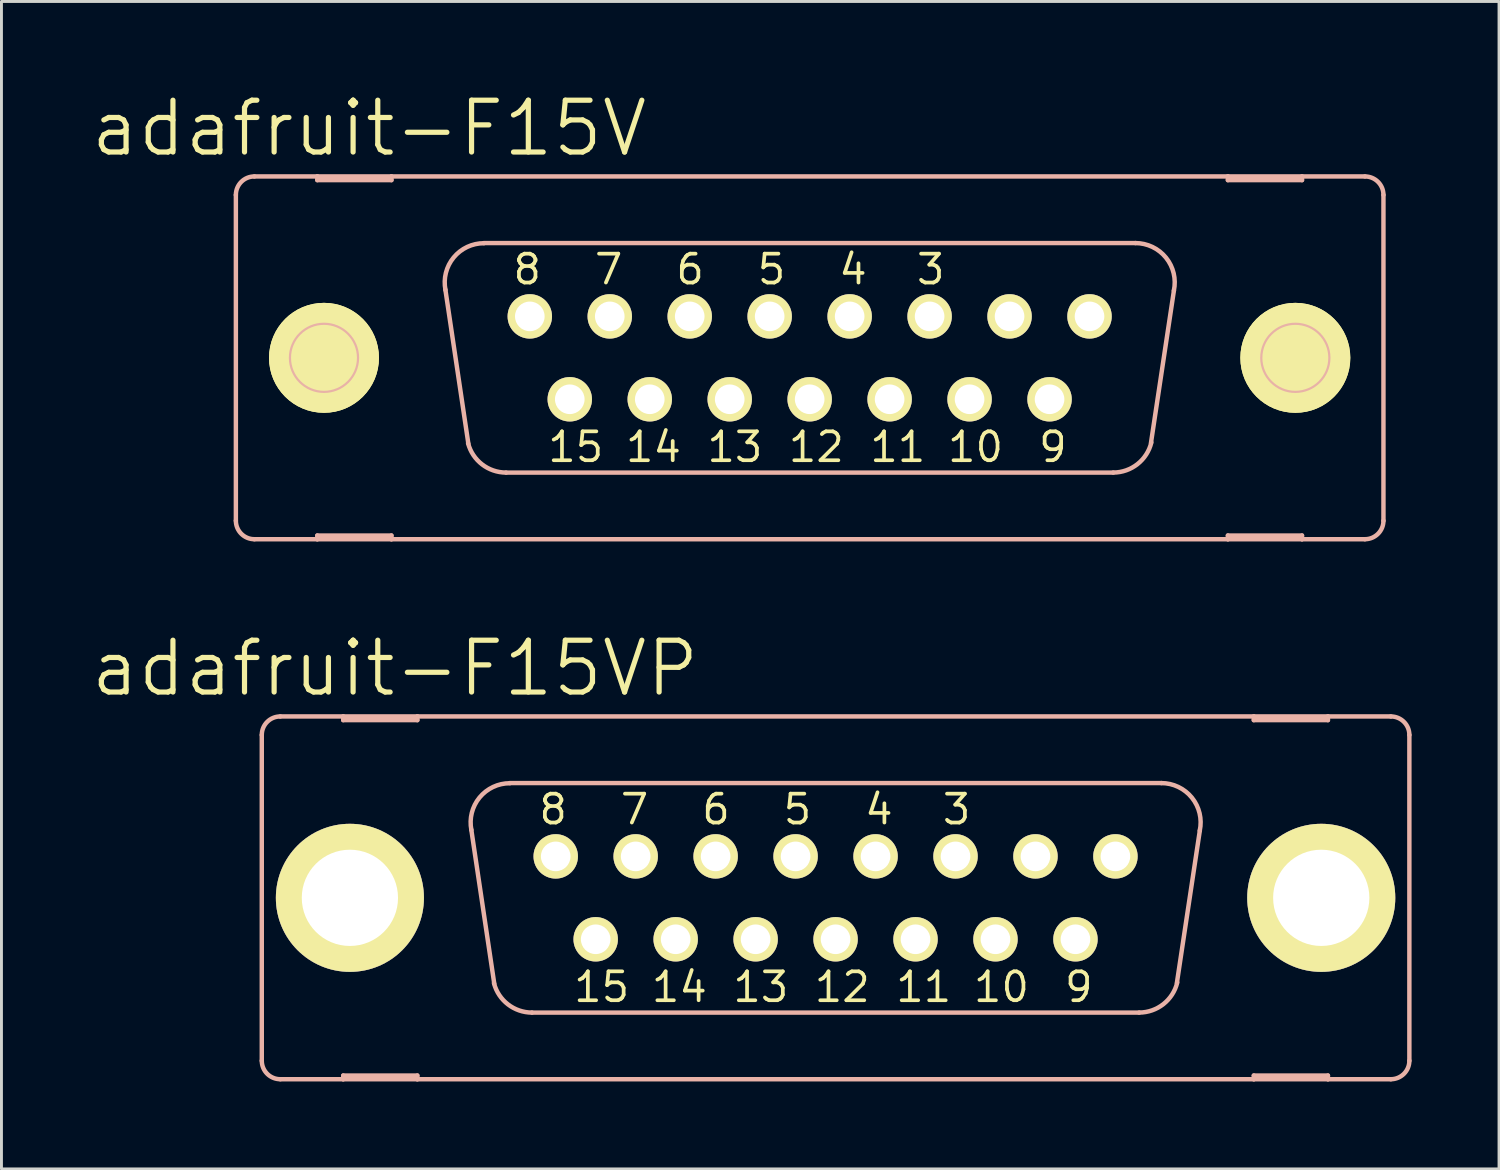
<source format=kicad_pcb>
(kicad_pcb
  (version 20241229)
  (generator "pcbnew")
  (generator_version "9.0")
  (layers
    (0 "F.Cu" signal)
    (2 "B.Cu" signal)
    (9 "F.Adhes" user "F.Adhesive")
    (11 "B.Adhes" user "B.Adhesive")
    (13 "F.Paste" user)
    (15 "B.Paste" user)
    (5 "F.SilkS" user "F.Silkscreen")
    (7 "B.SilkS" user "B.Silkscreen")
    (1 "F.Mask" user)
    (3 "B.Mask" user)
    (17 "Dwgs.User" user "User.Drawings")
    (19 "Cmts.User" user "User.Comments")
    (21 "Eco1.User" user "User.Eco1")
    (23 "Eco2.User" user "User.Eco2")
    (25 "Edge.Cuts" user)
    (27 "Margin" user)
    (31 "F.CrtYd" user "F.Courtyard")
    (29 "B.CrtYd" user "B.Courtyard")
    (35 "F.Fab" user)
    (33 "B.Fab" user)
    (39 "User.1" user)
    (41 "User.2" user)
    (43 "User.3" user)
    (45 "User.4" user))
  (footprint "adafruit-F15V"
    (layer "F.Cu")
    (at 24.727 9.226)
    (property "Reference" "adafruit-F15V" (at -15.113 -7.874 0) (layer "F.SilkS") (effects (font (size 1.778 1.778) (thickness 0.178))))
    (attr exclude_from_pos_files exclude_from_bom)
    (fp_line (start -18.313 0) (end -15.011 0) (stroke (width 0.127) (type solid)) (layer "F.SilkS"))
    (fp_line (start -16.662 1.651) (end -16.662 -1.651) (stroke (width 0.127) (type solid)) (layer "F.SilkS"))
    (fp_line (start 15.011 0) (end 18.313 0) (stroke (width 0.127) (type solid)) (layer "F.SilkS"))
    (fp_line (start 16.662 1.651) (end 16.662 -1.651) (stroke (width 0.127) (type solid)) (layer "F.SilkS"))
    (fp_circle (center -16.662 0) (end -17.996 1.333) (stroke (width 0) (type solid)) (fill yes) (layer "F.SilkS"))
    (fp_circle (center -16.662 0) (end -17.996 1.333) (stroke (width 0) (type solid)) (fill yes) (layer "F.SilkS"))
    (fp_circle (center -16.662 0) (end -17.488 0.826) (stroke (width 0.127) (type solid)) (fill no) (layer "F.SilkS"))
    (fp_circle (center -9.601 -1.422) (end -9.982 -1.803) (stroke (width 0.127) (type solid)) (fill no) (layer "F.SilkS"))
    (fp_circle (center -8.23 1.422) (end -8.611 1.803) (stroke (width 0.127) (type solid)) (fill no) (layer "F.SilkS"))
    (fp_circle (center -6.858 -1.422) (end -7.239 -1.803) (stroke (width 0.127) (type solid)) (fill no) (layer "F.SilkS"))
    (fp_circle (center -5.486 1.422) (end -5.867 1.803) (stroke (width 0.127) (type solid)) (fill no) (layer "F.SilkS"))
    (fp_circle (center -4.115 -1.422) (end -4.496 -1.803) (stroke (width 0.127) (type solid)) (fill no) (layer "F.SilkS"))
    (fp_circle (center -2.743 1.422) (end -3.124 1.803) (stroke (width 0.127) (type solid)) (fill no) (layer "F.SilkS"))
    (fp_circle (center -1.372 -1.422) (end -1.753 -1.803) (stroke (width 0.127) (type solid)) (fill no) (layer "F.SilkS"))
    (fp_circle (center 0 1.422) (end -0.381 1.803) (stroke (width 0.127) (type solid)) (fill no) (layer "F.SilkS"))
    (fp_circle (center 1.372 -1.422) (end 1.753 -1.803) (stroke (width 0.127) (type solid)) (fill no) (layer "F.SilkS"))
    (fp_circle (center 2.743 1.422) (end 3.124 1.803) (stroke (width 0.127) (type solid)) (fill no) (layer "F.SilkS"))
    (fp_circle (center 4.115 -1.422) (end 4.496 -1.803) (stroke (width 0.127) (type solid)) (fill no) (layer "F.SilkS"))
    (fp_circle (center 5.486 1.422) (end 5.867 1.803) (stroke (width 0.127) (type solid)) (fill no) (layer "F.SilkS"))
    (fp_circle (center 6.858 -1.422) (end 7.239 -1.803) (stroke (width 0.127) (type solid)) (fill no) (layer "F.SilkS"))
    (fp_circle (center 8.23 1.422) (end 8.611 1.803) (stroke (width 0.127) (type solid)) (fill no) (layer "F.SilkS"))
    (fp_circle (center 9.601 -1.422) (end 9.982 -1.803) (stroke (width 0.127) (type solid)) (fill no) (layer "F.SilkS"))
    (fp_circle (center 16.662 0) (end 17.488 0.826) (stroke (width 0.127) (type solid)) (fill no) (layer "F.SilkS"))
    (fp_circle (center 16.662 0) (end 17.996 1.333) (stroke (width 0) (type solid)) (fill yes) (layer "F.SilkS"))
    (fp_circle (center 16.662 0) (end 17.996 1.333) (stroke (width 0) (type solid)) (fill yes) (layer "F.SilkS"))
    (fp_line (start -19.685 -5.588) (end -19.685 5.588) (stroke (width 0.152) (type solid)) (layer "B.SilkS"))
    (fp_line (start -19.05 6.223) (end -16.891 6.223) (stroke (width 0.152) (type solid)) (layer "B.SilkS"))
    (fp_line (start -16.891 -6.223) (end -19.05 -6.223) (stroke (width 0.152) (type solid)) (layer "B.SilkS"))
    (fp_line (start -16.891 -6.223) (end -16.891 -6.096) (stroke (width 0.152) (type solid)) (layer "B.SilkS"))
    (fp_line (start -16.891 -6.096) (end -14.348 -6.096) (stroke (width 0.152) (type solid)) (layer "B.SilkS"))
    (fp_line (start -16.891 6.096) (end -14.348 6.096) (stroke (width 0.152) (type solid)) (layer "B.SilkS"))
    (fp_line (start -16.891 6.223) (end -16.891 6.096) (stroke (width 0.152) (type solid)) (layer "B.SilkS"))
    (fp_line (start -16.891 6.223) (end -14.348 6.223) (stroke (width 0.152) (type solid)) (layer "B.SilkS"))
    (fp_line (start -14.348 -6.223) (end -16.891 -6.223) (stroke (width 0.152) (type solid)) (layer "B.SilkS"))
    (fp_line (start -14.348 -6.096) (end -14.348 -6.223) (stroke (width 0.152) (type solid)) (layer "B.SilkS"))
    (fp_line (start -14.348 6.096) (end -14.348 6.223) (stroke (width 0.152) (type solid)) (layer "B.SilkS"))
    (fp_line (start -14.348 6.223) (end 14.348 6.223) (stroke (width 0.152) (type solid)) (layer "B.SilkS"))
    (fp_line (start -11.709 2.946) (end -12.497 -2.337) (stroke (width 0.152) (type solid)) (layer "B.SilkS"))
    (fp_line (start -11.176 -3.937) (end 11.176 -3.937) (stroke (width 0.152) (type solid)) (layer "B.SilkS"))
    (fp_line (start -10.414 3.937) (end 10.414 3.937) (stroke (width 0.152) (type solid)) (layer "B.SilkS"))
    (fp_line (start 12.497 -2.311) (end 11.709 2.921) (stroke (width 0.152) (type solid)) (layer "B.SilkS"))
    (fp_line (start 14.348 -6.223) (end -14.348 -6.223) (stroke (width 0.152) (type solid)) (layer "B.SilkS"))
    (fp_line (start 14.348 -6.223) (end 14.348 -6.096) (stroke (width 0.152) (type solid)) (layer "B.SilkS"))
    (fp_line (start 14.348 -6.096) (end 16.891 -6.096) (stroke (width 0.152) (type solid)) (layer "B.SilkS"))
    (fp_line (start 14.348 6.096) (end 16.891 6.096) (stroke (width 0.152) (type solid)) (layer "B.SilkS"))
    (fp_line (start 14.348 6.223) (end 14.348 6.096) (stroke (width 0.152) (type solid)) (layer "B.SilkS"))
    (fp_line (start 14.348 6.223) (end 16.891 6.223) (stroke (width 0.152) (type solid)) (layer "B.SilkS"))
    (fp_line (start 16.891 -6.223) (end 14.348 -6.223) (stroke (width 0.152) (type solid)) (layer "B.SilkS"))
    (fp_line (start 16.891 -6.096) (end 16.891 -6.223) (stroke (width 0.152) (type solid)) (layer "B.SilkS"))
    (fp_line (start 16.891 6.096) (end 16.891 6.223) (stroke (width 0.152) (type solid)) (layer "B.SilkS"))
    (fp_line (start 16.891 6.223) (end 19.05 6.223) (stroke (width 0.152) (type solid)) (layer "B.SilkS"))
    (fp_line (start 19.05 -6.223) (end 16.891 -6.223) (stroke (width 0.152) (type solid)) (layer "B.SilkS"))
    (fp_line (start 19.685 -5.588) (end 19.685 5.588) (stroke (width 0.152) (type solid)) (layer "B.SilkS"))
    (fp_arc (start -19.685 -5.588) (mid -19.499013 -6.037013) (end -19.05 -6.223) (stroke (width 0.1524) (type solid)) (layer "B.SilkS"))
    (fp_arc (start -19.05 6.223) (mid -19.499013 6.037013) (end -19.685 5.588) (stroke (width 0.1524) (type solid)) (layer "B.SilkS"))
    (fp_arc (start -12.49426 -2.32664) (mid -12.214158 -3.441772) (end -11.17424 -3.932229) (stroke (width 0.1524) (type solid)) (layer "B.SilkS"))
    (fp_arc (start -10.414 3.937) (mid -11.238791 3.655415) (end -11.719188 2.928236) (stroke (width 0.1524) (type solid)) (layer "B.SilkS"))
    (fp_arc (start 11.176 -3.937) (mid 12.225648 -3.435219) (end 12.49428 -2.303238) (stroke (width 0.1524) (type solid)) (layer "B.SilkS"))
    (fp_arc (start 11.7221 2.90322) (mid 11.246662 3.646284) (end 10.413518 3.936211) (stroke (width 0.1524) (type solid)) (layer "B.SilkS"))
    (fp_arc (start 19.05 -6.223) (mid 19.499013 -6.037013) (end 19.685 -5.588) (stroke (width 0.1524) (type solid)) (layer "B.SilkS"))
    (fp_arc (start 19.685 5.588) (mid 19.499013 6.037013) (end 19.05 6.223) (stroke (width 0.1524) (type solid)) (layer "B.SilkS"))
    (fp_circle (center -16.662 0) (end -17.488 0.826) (stroke (width 0.076) (type solid)) (fill no) (layer "B.SilkS"))
    (fp_circle (center 16.662 0) (end 17.488 0.826) (stroke (width 0.076) (type solid)) (fill no) (layer "B.SilkS"))
    (fp_text user "9" (at 8.344 3.061 0) (layer "F.SilkS") (effects (font (size 0.991 0.991) (thickness 0.127))))
    (fp_text user "6" (at -4.102 -3.035 0) (layer "F.SilkS") (effects (font (size 0.991 0.991) (thickness 0.127))))
    (fp_text user "15" (at -8.026 3.061 0) (layer "F.SilkS") (effects (font (size 0.991 0.991) (thickness 0.127))))
    (fp_text user "7" (at -6.896 -3.035 0) (layer "F.SilkS") (effects (font (size 0.991 0.991) (thickness 0.127))))
    (fp_text user "14" (at -5.359 3.061 0) (layer "F.SilkS") (effects (font (size 0.991 0.991) (thickness 0.127))))
    (fp_text user "12" (at 0.229 3.061 0) (layer "F.SilkS") (effects (font (size 0.991 0.991) (thickness 0.127))))
    (fp_text user "3" (at 4.153 -3.035 0) (layer "F.SilkS") (effects (font (size 0.991 0.991) (thickness 0.127))))
    (fp_text user "10" (at 5.69 3.061 0) (layer "F.SilkS") (effects (font (size 0.991 0.991) (thickness 0.127))))
    (fp_text user "13" (at -2.565 3.061 0) (layer "F.SilkS") (effects (font (size 0.991 0.991) (thickness 0.127))))
    (fp_text user "5" (at -1.308 -3.035 0) (layer "F.SilkS") (effects (font (size 0.991 0.991) (thickness 0.127))))
    (fp_text user "8" (at -9.69 -3.035 0) (layer "F.SilkS") (effects (font (size 0.991 0.991) (thickness 0.127))))
    (fp_text user "4" (at 1.486 -3.035 0) (layer "F.SilkS") (effects (font (size 0.991 0.991) (thickness 0.127))))
    (fp_text user "11" (at 3.023 3.061 0) (layer "F.SilkS") (effects (font (size 0.991 0.991) (thickness 0.127))))
    (pad "1" thru_hole circle (at 9.601 -1.422) (size 1.524 1.524) (drill 1.016) (layers "*.Cu" "F.Mask" "F.SilkS" "F.Paste"))
    (pad "2" thru_hole circle (at 6.858 -1.422) (size 1.524 1.524) (drill 1.016) (layers "*.Cu" "F.Mask" "F.SilkS" "F.Paste"))
    (pad "3" thru_hole circle (at 4.115 -1.422) (size 1.524 1.524) (drill 1.016) (layers "*.Cu" "F.Mask" "F.SilkS" "F.Paste"))
    (pad "4" thru_hole circle (at 1.372 -1.422) (size 1.524 1.524) (drill 1.016) (layers "*.Cu" "F.Mask" "F.SilkS" "F.Paste"))
    (pad "5" thru_hole circle (at -1.372 -1.422) (size 1.524 1.524) (drill 1.016) (layers "*.Cu" "F.Mask" "F.SilkS" "F.Paste"))
    (pad "6" thru_hole circle (at -4.115 -1.422) (size 1.524 1.524) (drill 1.016) (layers "*.Cu" "F.Mask" "F.SilkS" "F.Paste"))
    (pad "7" thru_hole circle (at -6.858 -1.422) (size 1.524 1.524) (drill 1.016) (layers "*.Cu" "F.Mask" "F.SilkS" "F.Paste"))
    (pad "8" thru_hole circle (at -9.601 -1.422) (size 1.524 1.524) (drill 1.016) (layers "*.Cu" "F.Mask" "F.SilkS" "F.Paste"))
    (pad "9" thru_hole circle (at 8.23 1.422) (size 1.524 1.524) (drill 1.016) (layers "*.Cu" "F.Mask" "F.SilkS" "F.Paste"))
    (pad "10" thru_hole circle (at 5.486 1.422) (size 1.524 1.524) (drill 1.016) (layers "*.Cu" "F.Mask" "F.SilkS" "F.Paste"))
    (pad "11" thru_hole circle (at 2.743 1.422) (size 1.524 1.524) (drill 1.016) (layers "*.Cu" "F.Mask" "F.SilkS" "F.Paste"))
    (pad "12" thru_hole circle (at 0 1.422) (size 1.524 1.524) (drill 1.016) (layers "*.Cu" "F.Mask" "F.SilkS" "F.Paste"))
    (pad "13" thru_hole circle (at -2.743 1.422) (size 1.524 1.524) (drill 1.016) (layers "*.Cu" "F.Mask" "F.SilkS" "F.Paste"))
    (pad "14" thru_hole circle (at -5.486 1.422) (size 1.524 1.524) (drill 1.016) (layers "*.Cu" "F.Mask" "F.SilkS" "F.Paste"))
    (pad "15" thru_hole circle (at -8.23 1.422) (size 1.524 1.524) (drill 1.016) (layers "*.Cu" "F.Mask" "F.SilkS" "F.Paste")))
  (footprint "adafruit-F15VP"
    (layer "F.Cu")
    (at 25.616 27.752)
    (property "Reference" "adafruit-F15VP" (at -15.113 -7.874 0) (layer "F.SilkS") (effects (font (size 1.778 1.778) (thickness 0.178))))
    (attr exclude_from_pos_files exclude_from_bom)
    (fp_circle (center -9.601 -1.422) (end -9.982 -1.803) (stroke (width 0.127) (type solid)) (fill no) (layer "F.SilkS"))
    (fp_circle (center -8.23 1.422) (end -8.611 1.803) (stroke (width 0.127) (type solid)) (fill no) (layer "F.SilkS"))
    (fp_circle (center -6.858 -1.422) (end -7.239 -1.803) (stroke (width 0.127) (type solid)) (fill no) (layer "F.SilkS"))
    (fp_circle (center -5.486 1.422) (end -5.867 1.803) (stroke (width 0.127) (type solid)) (fill no) (layer "F.SilkS"))
    (fp_circle (center -4.115 -1.422) (end -4.496 -1.803) (stroke (width 0.127) (type solid)) (fill no) (layer "F.SilkS"))
    (fp_circle (center -2.743 1.422) (end -3.124 1.803) (stroke (width 0.127) (type solid)) (fill no) (layer "F.SilkS"))
    (fp_circle (center -1.372 -1.422) (end -1.753 -1.803) (stroke (width 0.127) (type solid)) (fill no) (layer "F.SilkS"))
    (fp_circle (center 0 1.422) (end -0.381 1.803) (stroke (width 0.127) (type solid)) (fill no) (layer "F.SilkS"))
    (fp_circle (center 1.372 -1.422) (end 1.753 -1.803) (stroke (width 0.127) (type solid)) (fill no) (layer "F.SilkS"))
    (fp_circle (center 2.743 1.422) (end 3.124 1.803) (stroke (width 0.127) (type solid)) (fill no) (layer "F.SilkS"))
    (fp_circle (center 4.115 -1.422) (end 4.496 -1.803) (stroke (width 0.127) (type solid)) (fill no) (layer "F.SilkS"))
    (fp_circle (center 5.486 1.422) (end 5.867 1.803) (stroke (width 0.127) (type solid)) (fill no) (layer "F.SilkS"))
    (fp_circle (center 6.858 -1.422) (end 7.239 -1.803) (stroke (width 0.127) (type solid)) (fill no) (layer "F.SilkS"))
    (fp_circle (center 8.23 1.422) (end 8.611 1.803) (stroke (width 0.127) (type solid)) (fill no) (layer "F.SilkS"))
    (fp_circle (center 9.601 -1.422) (end 9.982 -1.803) (stroke (width 0.127) (type solid)) (fill no) (layer "F.SilkS"))
    (fp_line (start -19.685 -5.588) (end -19.685 5.588) (stroke (width 0.152) (type solid)) (layer "B.SilkS"))
    (fp_line (start -19.05 6.223) (end -16.891 6.223) (stroke (width 0.152) (type solid)) (layer "B.SilkS"))
    (fp_line (start -16.891 -6.223) (end -19.05 -6.223) (stroke (width 0.152) (type solid)) (layer "B.SilkS"))
    (fp_line (start -16.891 -6.223) (end -16.891 -6.096) (stroke (width 0.152) (type solid)) (layer "B.SilkS"))
    (fp_line (start -16.891 -6.096) (end -14.348 -6.096) (stroke (width 0.152) (type solid)) (layer "B.SilkS"))
    (fp_line (start -16.891 6.096) (end -14.348 6.096) (stroke (width 0.152) (type solid)) (layer "B.SilkS"))
    (fp_line (start -16.891 6.223) (end -16.891 6.096) (stroke (width 0.152) (type solid)) (layer "B.SilkS"))
    (fp_line (start -16.891 6.223) (end -14.348 6.223) (stroke (width 0.152) (type solid)) (layer "B.SilkS"))
    (fp_line (start -14.348 -6.223) (end -16.891 -6.223) (stroke (width 0.152) (type solid)) (layer "B.SilkS"))
    (fp_line (start -14.348 -6.096) (end -14.348 -6.223) (stroke (width 0.152) (type solid)) (layer "B.SilkS"))
    (fp_line (start -14.348 6.096) (end -14.348 6.223) (stroke (width 0.152) (type solid)) (layer "B.SilkS"))
    (fp_line (start -14.348 6.223) (end 14.348 6.223) (stroke (width 0.152) (type solid)) (layer "B.SilkS"))
    (fp_line (start -11.709 2.946) (end -12.497 -2.337) (stroke (width 0.152) (type solid)) (layer "B.SilkS"))
    (fp_line (start -11.176 -3.937) (end 11.176 -3.937) (stroke (width 0.152) (type solid)) (layer "B.SilkS"))
    (fp_line (start -10.414 3.937) (end 10.414 3.937) (stroke (width 0.152) (type solid)) (layer "B.SilkS"))
    (fp_line (start 12.497 -2.311) (end 11.709 2.921) (stroke (width 0.152) (type solid)) (layer "B.SilkS"))
    (fp_line (start 14.348 -6.223) (end -14.348 -6.223) (stroke (width 0.152) (type solid)) (layer "B.SilkS"))
    (fp_line (start 14.348 -6.223) (end 14.348 -6.096) (stroke (width 0.152) (type solid)) (layer "B.SilkS"))
    (fp_line (start 14.348 -6.096) (end 16.891 -6.096) (stroke (width 0.152) (type solid)) (layer "B.SilkS"))
    (fp_line (start 14.348 6.096) (end 16.891 6.096) (stroke (width 0.152) (type solid)) (layer "B.SilkS"))
    (fp_line (start 14.348 6.223) (end 14.348 6.096) (stroke (width 0.152) (type solid)) (layer "B.SilkS"))
    (fp_line (start 14.348 6.223) (end 16.891 6.223) (stroke (width 0.152) (type solid)) (layer "B.SilkS"))
    (fp_line (start 16.891 -6.223) (end 14.348 -6.223) (stroke (width 0.152) (type solid)) (layer "B.SilkS"))
    (fp_line (start 16.891 -6.096) (end 16.891 -6.223) (stroke (width 0.152) (type solid)) (layer "B.SilkS"))
    (fp_line (start 16.891 6.096) (end 16.891 6.223) (stroke (width 0.152) (type solid)) (layer "B.SilkS"))
    (fp_line (start 16.891 6.223) (end 19.05 6.223) (stroke (width 0.152) (type solid)) (layer "B.SilkS"))
    (fp_line (start 19.05 -6.223) (end 16.891 -6.223) (stroke (width 0.152) (type solid)) (layer "B.SilkS"))
    (fp_line (start 19.685 -5.588) (end 19.685 5.588) (stroke (width 0.152) (type solid)) (layer "B.SilkS"))
    (fp_arc (start -19.685 -5.588) (mid -19.499013 -6.037013) (end -19.05 -6.223) (stroke (width 0.1524) (type solid)) (layer "B.SilkS"))
    (fp_arc (start -19.05 6.223) (mid -19.499013 6.037013) (end -19.685 5.588) (stroke (width 0.1524) (type solid)) (layer "B.SilkS"))
    (fp_arc (start -12.49426 -2.32664) (mid -12.214158 -3.441772) (end -11.17424 -3.932229) (stroke (width 0.1524) (type solid)) (layer "B.SilkS"))
    (fp_arc (start -10.414 3.937) (mid -11.238791 3.655415) (end -11.719188 2.928236) (stroke (width 0.1524) (type solid)) (layer "B.SilkS"))
    (fp_arc (start 11.176 -3.937) (mid 12.225648 -3.435219) (end 12.49428 -2.303238) (stroke (width 0.1524) (type solid)) (layer "B.SilkS"))
    (fp_arc (start 11.7221 2.90322) (mid 11.246662 3.646284) (end 10.413518 3.936211) (stroke (width 0.1524) (type solid)) (layer "B.SilkS"))
    (fp_arc (start 19.05 -6.223) (mid 19.499013 -6.037013) (end 19.685 -5.588) (stroke (width 0.1524) (type solid)) (layer "B.SilkS"))
    (fp_arc (start 19.685 5.588) (mid 19.499013 6.037013) (end 19.05 6.223) (stroke (width 0.1524) (type solid)) (layer "B.SilkS"))
    (fp_circle (center -16.662 0) (end -17.488 0.826) (stroke (width 0.076) (type solid)) (fill no) (layer "B.SilkS"))
    (fp_circle (center 16.662 0) (end 17.488 0.826) (stroke (width 0.076) (type solid)) (fill no) (layer "B.SilkS"))
    (fp_text user "10" (at 5.69 3.061 0) (layer "F.SilkS") (effects (font (size 0.991 0.991) (thickness 0.127))))
    (fp_text user "6" (at -4.102 -3.035 0) (layer "F.SilkS") (effects (font (size 0.991 0.991) (thickness 0.127))))
    (fp_text user "14" (at -5.359 3.061 0) (layer "F.SilkS") (effects (font (size 0.991 0.991) (thickness 0.127))))
    (fp_text user "8" (at -9.69 -3.035 0) (layer "F.SilkS") (effects (font (size 0.991 0.991) (thickness 0.127))))
    (fp_text user "3" (at 4.153 -3.035 0) (layer "F.SilkS") (effects (font (size 0.991 0.991) (thickness 0.127))))
    (fp_text user "9" (at 8.344 3.061 0) (layer "F.SilkS") (effects (font (size 0.991 0.991) (thickness 0.127))))
    (fp_text user "11" (at 3.023 3.061 0) (layer "F.SilkS") (effects (font (size 0.991 0.991) (thickness 0.127))))
    (fp_text user "5" (at -1.308 -3.035 0) (layer "F.SilkS") (effects (font (size 0.991 0.991) (thickness 0.127))))
    (fp_text user "13" (at -2.565 3.061 0) (layer "F.SilkS") (effects (font (size 0.991 0.991) (thickness 0.127))))
    (fp_text user "15" (at -8.026 3.061 0) (layer "F.SilkS") (effects (font (size 0.991 0.991) (thickness 0.127))))
    (fp_text user "7" (at -6.896 -3.035 0) (layer "F.SilkS") (effects (font (size 0.991 0.991) (thickness 0.127))))
    (fp_text user "12" (at 0.229 3.061 0) (layer "F.SilkS") (effects (font (size 0.991 0.991) (thickness 0.127))))
    (fp_text user "4" (at 1.486 -3.035 0) (layer "F.SilkS") (effects (font (size 0.991 0.991) (thickness 0.127))))
    (pad "1" thru_hole circle (at 9.601 -1.422) (size 1.524 1.524) (drill 1.016) (layers "*.Cu" "F.Mask" "F.SilkS" "F.Paste"))
    (pad "2" thru_hole circle (at 6.858 -1.422) (size 1.524 1.524) (drill 1.016) (layers "*.Cu" "F.Mask" "F.SilkS" "F.Paste"))
    (pad "3" thru_hole circle (at 4.115 -1.422) (size 1.524 1.524) (drill 1.016) (layers "*.Cu" "F.Mask" "F.SilkS" "F.Paste"))
    (pad "4" thru_hole circle (at 1.372 -1.422) (size 1.524 1.524) (drill 1.016) (layers "*.Cu" "F.Mask" "F.SilkS" "F.Paste"))
    (pad "5" thru_hole circle (at -1.372 -1.422) (size 1.524 1.524) (drill 1.016) (layers "*.Cu" "F.Mask" "F.SilkS" "F.Paste"))
    (pad "6" thru_hole circle (at -4.115 -1.422) (size 1.524 1.524) (drill 1.016) (layers "*.Cu" "F.Mask" "F.SilkS" "F.Paste"))
    (pad "7" thru_hole circle (at -6.858 -1.422) (size 1.524 1.524) (drill 1.016) (layers "*.Cu" "F.Mask" "F.SilkS" "F.Paste"))
    (pad "8" thru_hole circle (at -9.601 -1.422) (size 1.524 1.524) (drill 1.016) (layers "*.Cu" "F.Mask" "F.SilkS" "F.Paste"))
    (pad "9" thru_hole circle (at 8.23 1.422) (size 1.524 1.524) (drill 1.016) (layers "*.Cu" "F.Mask" "F.SilkS" "F.Paste"))
    (pad "10" thru_hole circle (at 5.486 1.422) (size 1.524 1.524) (drill 1.016) (layers "*.Cu" "F.Mask" "F.SilkS" "F.Paste"))
    (pad "11" thru_hole circle (at 2.743 1.422) (size 1.524 1.524) (drill 1.016) (layers "*.Cu" "F.Mask" "F.SilkS" "F.Paste"))
    (pad "12" thru_hole circle (at 0 1.422) (size 1.524 1.524) (drill 1.016) (layers "*.Cu" "F.Mask" "F.SilkS" "F.Paste"))
    (pad "13" thru_hole circle (at -2.743 1.422) (size 1.524 1.524) (drill 1.016) (layers "*.Cu" "F.Mask" "F.SilkS" "F.Paste"))
    (pad "14" thru_hole circle (at -5.486 1.422) (size 1.524 1.524) (drill 1.016) (layers "*.Cu" "F.Mask" "F.SilkS" "F.Paste"))
    (pad "15" thru_hole circle (at -8.23 1.422) (size 1.524 1.524) (drill 1.016) (layers "*.Cu" "F.Mask" "F.SilkS" "F.Paste"))
    (pad "G1" thru_hole circle (at -16.662 0) (size 5.08 5.08) (drill 3.302) (layers "*.Cu" "F.Mask" "F.SilkS" "F.Paste"))
    (pad "G2" thru_hole circle (at 16.662 0) (size 5.08 5.08) (drill 3.302) (layers "*.Cu" "F.Mask" "F.SilkS" "F.Paste")))
  (gr_rect
    (start -3 -3)
    (end 48.377 37.051)
    (stroke (width 0.1) (type default))
    (fill no)
    (layer "Edge.Cuts")))
</source>
